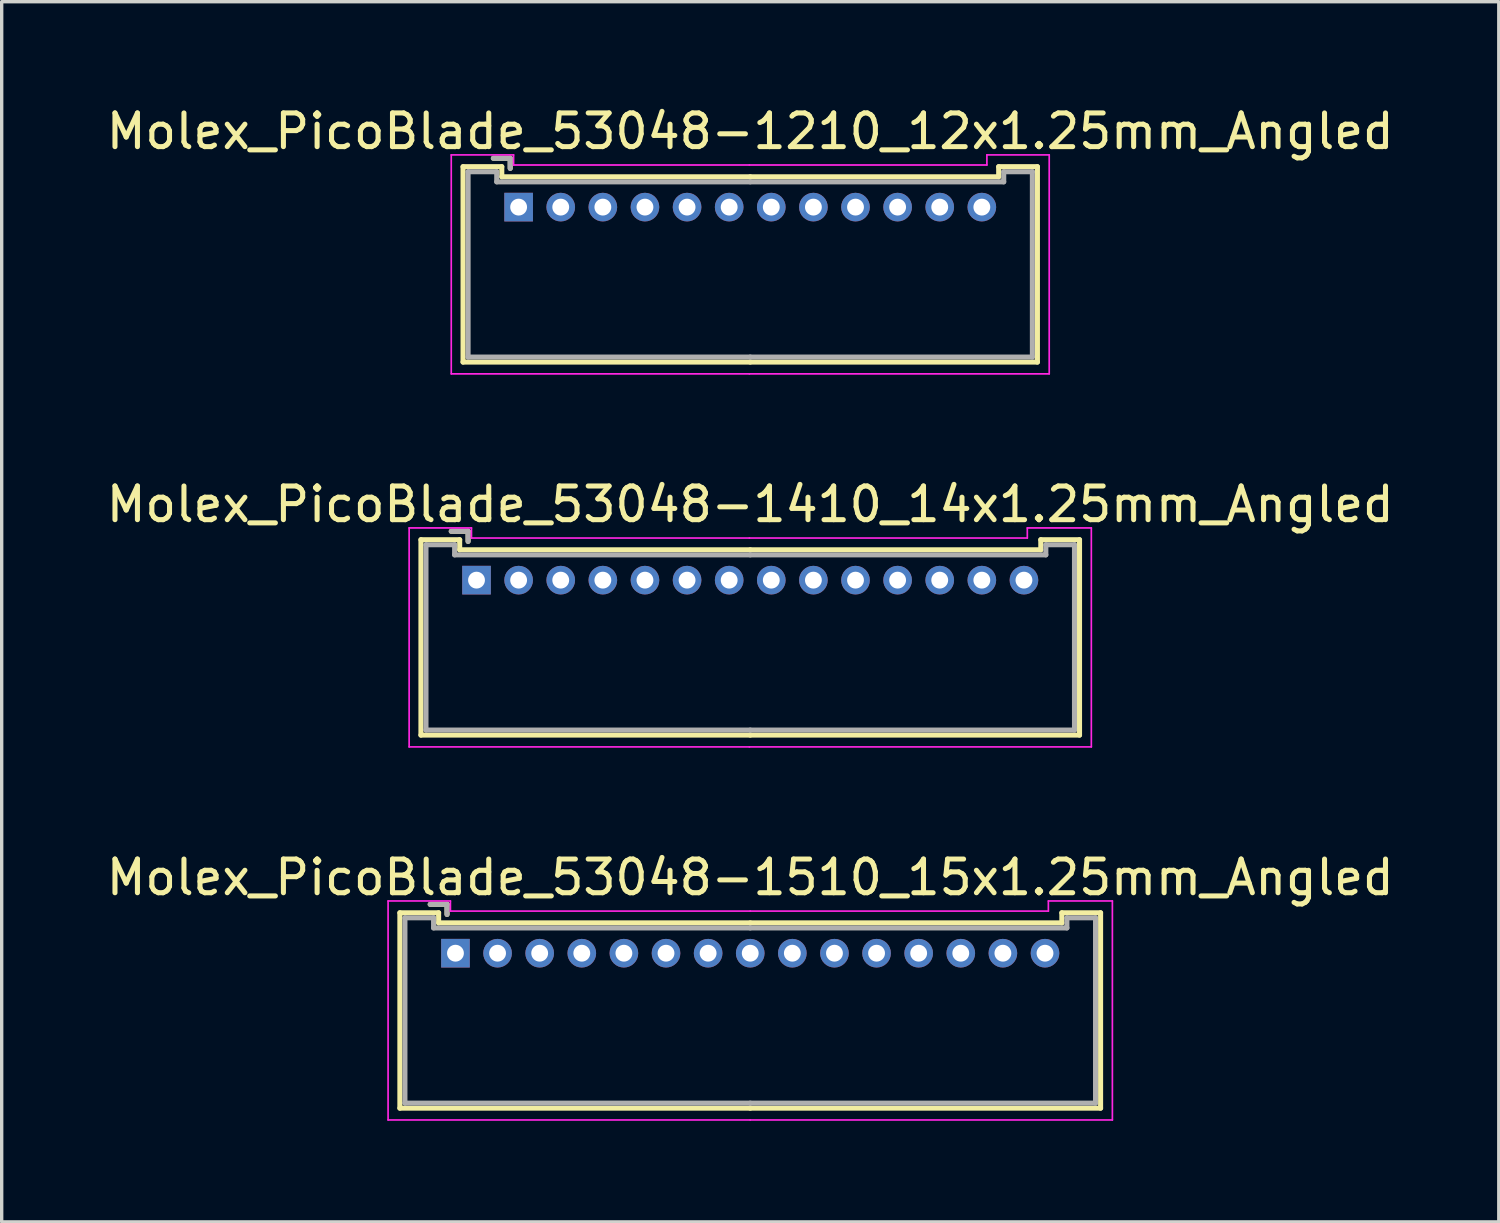
<source format=kicad_pcb>
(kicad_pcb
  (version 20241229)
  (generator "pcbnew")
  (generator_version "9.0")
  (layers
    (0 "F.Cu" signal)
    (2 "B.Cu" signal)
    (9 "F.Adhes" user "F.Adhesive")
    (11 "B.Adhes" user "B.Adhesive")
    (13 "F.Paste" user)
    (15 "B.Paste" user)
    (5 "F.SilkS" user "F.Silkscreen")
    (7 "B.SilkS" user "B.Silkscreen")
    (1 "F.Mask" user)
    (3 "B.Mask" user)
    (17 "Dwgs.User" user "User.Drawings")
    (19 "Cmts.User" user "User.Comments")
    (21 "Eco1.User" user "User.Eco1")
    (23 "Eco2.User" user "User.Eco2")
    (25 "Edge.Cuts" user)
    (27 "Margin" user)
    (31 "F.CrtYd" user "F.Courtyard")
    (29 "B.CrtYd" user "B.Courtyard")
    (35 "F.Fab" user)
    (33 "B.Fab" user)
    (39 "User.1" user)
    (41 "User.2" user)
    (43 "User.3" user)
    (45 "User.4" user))
  (footprint "Molex_PicoBlade_53048-1410_14x1.25mm_Angled"
    (layer "F.Cu")
    (at 11.095 14.171)
    (property "Reference" "Molex_PicoBlade_53048-1410_14x1.25mm_Angled" (at 8.125 -2.25 0) (layer "F.SilkS") (effects (font (size 1 1) (thickness 0.15))))
    (attr through_hole)
    (fp_line (start -1.65 -1.2) (end -1.65 4.6) (stroke (width 0.15) (type solid)) (layer "F.SilkS"))
    (fp_line (start -1.65 4.6) (end 8.125 4.6) (stroke (width 0.15) (type solid)) (layer "F.SilkS"))
    (fp_line (start -0.5 -1.2) (end -1.65 -1.2) (stroke (width 0.15) (type solid)) (layer "F.SilkS"))
    (fp_line (start -0.5 -0.9) (end -0.5 -1.2) (stroke (width 0.15) (type solid)) (layer "F.SilkS"))
    (fp_line (start -0.25 -1.45) (end -0.75 -1.45) (stroke (width 0.15) (type solid)) (layer "F.SilkS"))
    (fp_line (start -0.25 -1.15) (end -0.25 -1.45) (stroke (width 0.15) (type solid)) (layer "F.SilkS"))
    (fp_line (start 8.125 -0.9) (end -0.5 -0.9) (stroke (width 0.15) (type solid)) (layer "F.SilkS"))
    (fp_line (start 8.125 -0.9) (end 16.75 -0.9) (stroke (width 0.15) (type solid)) (layer "F.SilkS"))
    (fp_line (start 16.75 -1.2) (end 17.9 -1.2) (stroke (width 0.15) (type solid)) (layer "F.SilkS"))
    (fp_line (start 16.75 -0.9) (end 16.75 -1.2) (stroke (width 0.15) (type solid)) (layer "F.SilkS"))
    (fp_line (start 17.9 -1.2) (end 17.9 4.6) (stroke (width 0.15) (type solid)) (layer "F.SilkS"))
    (fp_line (start 17.9 4.6) (end 8.125 4.6) (stroke (width 0.15) (type solid)) (layer "F.SilkS"))
    (fp_line (start -2 -1.55) (end -2 4.95) (stroke (width 0.05) (type solid)) (layer "F.CrtYd"))
    (fp_line (start -2 4.95) (end 8.1 4.95) (stroke (width 0.05) (type solid)) (layer "F.CrtYd"))
    (fp_line (start -0.15 -1.55) (end -2 -1.55) (stroke (width 0.05) (type solid)) (layer "F.CrtYd"))
    (fp_line (start -0.15 -1.25) (end -0.15 -1.55) (stroke (width 0.05) (type solid)) (layer "F.CrtYd"))
    (fp_line (start 8.1 -1.25) (end -0.15 -1.25) (stroke (width 0.05) (type solid)) (layer "F.CrtYd"))
    (fp_line (start 8.1 -1.25) (end 16.35 -1.25) (stroke (width 0.05) (type solid)) (layer "F.CrtYd"))
    (fp_line (start 16.35 -1.55) (end 18.25 -1.55) (stroke (width 0.05) (type solid)) (layer "F.CrtYd"))
    (fp_line (start 16.35 -1.25) (end 16.35 -1.55) (stroke (width 0.05) (type solid)) (layer "F.CrtYd"))
    (fp_line (start 18.25 -1.55) (end 18.25 4.95) (stroke (width 0.05) (type solid)) (layer "F.CrtYd"))
    (fp_line (start 18.25 4.95) (end 8.1 4.95) (stroke (width 0.05) (type solid)) (layer "F.CrtYd"))
    (fp_line (start -1.5 -1.05) (end -1.5 4.45) (stroke (width 0.15) (type solid)) (layer "F.Fab"))
    (fp_line (start -1.5 4.45) (end 8.125 4.45) (stroke (width 0.15) (type solid)) (layer "F.Fab"))
    (fp_line (start -0.65 -1.05) (end -1.5 -1.05) (stroke (width 0.15) (type solid)) (layer "F.Fab"))
    (fp_line (start -0.65 -0.75) (end -0.65 -1.05) (stroke (width 0.15) (type solid)) (layer "F.Fab"))
    (fp_line (start -0.25 -1.45) (end -0.75 -1.45) (stroke (width 0.15) (type solid)) (layer "F.Fab"))
    (fp_line (start -0.25 -1.15) (end -0.25 -1.45) (stroke (width 0.15) (type solid)) (layer "F.Fab"))
    (fp_line (start 8.125 -0.75) (end -0.65 -0.75) (stroke (width 0.15) (type solid)) (layer "F.Fab"))
    (fp_line (start 8.125 -0.75) (end 16.9 -0.75) (stroke (width 0.15) (type solid)) (layer "F.Fab"))
    (fp_line (start 16.9 -1.05) (end 17.75 -1.05) (stroke (width 0.15) (type solid)) (layer "F.Fab"))
    (fp_line (start 16.9 -0.75) (end 16.9 -1.05) (stroke (width 0.15) (type solid)) (layer "F.Fab"))
    (fp_line (start 17.75 -1.05) (end 17.75 4.45) (stroke (width 0.15) (type solid)) (layer "F.Fab"))
    (fp_line (start 17.75 4.45) (end 8.125 4.45) (stroke (width 0.15) (type solid)) (layer "F.Fab"))
    (pad "1" thru_hole rect (at 0 0) (size 0.85 0.85) (drill 0.5) (layers "*.Cu" "*.Mask"))
    (pad "2" thru_hole circle (at 1.25 0) (size 0.85 0.85) (drill 0.5) (layers "*.Cu" "*.Mask"))
    (pad "3" thru_hole circle (at 2.5 0) (size 0.85 0.85) (drill 0.5) (layers "*.Cu" "*.Mask"))
    (pad "4" thru_hole circle (at 3.75 0) (size 0.85 0.85) (drill 0.5) (layers "*.Cu" "*.Mask"))
    (pad "5" thru_hole circle (at 5 0) (size 0.85 0.85) (drill 0.5) (layers "*.Cu" "*.Mask"))
    (pad "6" thru_hole circle (at 6.25 0) (size 0.85 0.85) (drill 0.5) (layers "*.Cu" "*.Mask"))
    (pad "7" thru_hole circle (at 7.5 0) (size 0.85 0.85) (drill 0.5) (layers "*.Cu" "*.Mask"))
    (pad "8" thru_hole circle (at 8.75 0) (size 0.85 0.85) (drill 0.5) (layers "*.Cu" "*.Mask"))
    (pad "9" thru_hole circle (at 10 0) (size 0.85 0.85) (drill 0.5) (layers "*.Cu" "*.Mask"))
    (pad "10" thru_hole circle (at 11.25 0) (size 0.85 0.85) (drill 0.5) (layers "*.Cu" "*.Mask"))
    (pad "11" thru_hole circle (at 12.5 0) (size 0.85 0.85) (drill 0.5) (layers "*.Cu" "*.Mask"))
    (pad "12" thru_hole circle (at 13.75 0) (size 0.85 0.85) (drill 0.5) (layers "*.Cu" "*.Mask"))
    (pad "13" thru_hole circle (at 15 0) (size 0.85 0.85) (drill 0.5) (layers "*.Cu" "*.Mask"))
    (pad "14" thru_hole circle (at 16.25 0) (size 0.85 0.85) (drill 0.5) (layers "*.Cu" "*.Mask")))
  (footprint "Molex_PicoBlade_53048-1210_12x1.25mm_Angled"
    (layer "F.Cu")
    (at 12.345 3.098)
    (property "Reference" "Molex_PicoBlade_53048-1210_12x1.25mm_Angled" (at 6.875 -2.25 0) (layer "F.SilkS") (effects (font (size 1 1) (thickness 0.15))))
    (attr through_hole)
    (fp_line (start -1.65 -1.2) (end -1.65 4.6) (stroke (width 0.15) (type solid)) (layer "F.SilkS"))
    (fp_line (start -1.65 4.6) (end 6.875 4.6) (stroke (width 0.15) (type solid)) (layer "F.SilkS"))
    (fp_line (start -0.5 -1.2) (end -1.65 -1.2) (stroke (width 0.15) (type solid)) (layer "F.SilkS"))
    (fp_line (start -0.5 -0.9) (end -0.5 -1.2) (stroke (width 0.15) (type solid)) (layer "F.SilkS"))
    (fp_line (start -0.25 -1.45) (end -0.75 -1.45) (stroke (width 0.15) (type solid)) (layer "F.SilkS"))
    (fp_line (start -0.25 -1.15) (end -0.25 -1.45) (stroke (width 0.15) (type solid)) (layer "F.SilkS"))
    (fp_line (start 6.875 -0.9) (end -0.5 -0.9) (stroke (width 0.15) (type solid)) (layer "F.SilkS"))
    (fp_line (start 6.875 -0.9) (end 14.25 -0.9) (stroke (width 0.15) (type solid)) (layer "F.SilkS"))
    (fp_line (start 14.25 -1.2) (end 15.4 -1.2) (stroke (width 0.15) (type solid)) (layer "F.SilkS"))
    (fp_line (start 14.25 -0.9) (end 14.25 -1.2) (stroke (width 0.15) (type solid)) (layer "F.SilkS"))
    (fp_line (start 15.4 -1.2) (end 15.4 4.6) (stroke (width 0.15) (type solid)) (layer "F.SilkS"))
    (fp_line (start 15.4 4.6) (end 6.875 4.6) (stroke (width 0.15) (type solid)) (layer "F.SilkS"))
    (fp_line (start -2 -1.55) (end -2 4.95) (stroke (width 0.05) (type solid)) (layer "F.CrtYd"))
    (fp_line (start -2 4.95) (end 6.85 4.95) (stroke (width 0.05) (type solid)) (layer "F.CrtYd"))
    (fp_line (start -0.15 -1.55) (end -2 -1.55) (stroke (width 0.05) (type solid)) (layer "F.CrtYd"))
    (fp_line (start -0.15 -1.25) (end -0.15 -1.55) (stroke (width 0.05) (type solid)) (layer "F.CrtYd"))
    (fp_line (start 6.85 -1.25) (end -0.15 -1.25) (stroke (width 0.05) (type solid)) (layer "F.CrtYd"))
    (fp_line (start 6.85 -1.25) (end 13.9 -1.25) (stroke (width 0.05) (type solid)) (layer "F.CrtYd"))
    (fp_line (start 13.9 -1.55) (end 15.75 -1.55) (stroke (width 0.05) (type solid)) (layer "F.CrtYd"))
    (fp_line (start 13.9 -1.25) (end 13.9 -1.55) (stroke (width 0.05) (type solid)) (layer "F.CrtYd"))
    (fp_line (start 15.75 -1.55) (end 15.75 4.95) (stroke (width 0.05) (type solid)) (layer "F.CrtYd"))
    (fp_line (start 15.75 4.95) (end 6.85 4.95) (stroke (width 0.05) (type solid)) (layer "F.CrtYd"))
    (fp_line (start -1.5 -1.05) (end -1.5 4.45) (stroke (width 0.15) (type solid)) (layer "F.Fab"))
    (fp_line (start -1.5 4.45) (end 6.875 4.45) (stroke (width 0.15) (type solid)) (layer "F.Fab"))
    (fp_line (start -0.65 -1.05) (end -1.5 -1.05) (stroke (width 0.15) (type solid)) (layer "F.Fab"))
    (fp_line (start -0.65 -0.75) (end -0.65 -1.05) (stroke (width 0.15) (type solid)) (layer "F.Fab"))
    (fp_line (start -0.25 -1.45) (end -0.75 -1.45) (stroke (width 0.15) (type solid)) (layer "F.Fab"))
    (fp_line (start -0.25 -1.15) (end -0.25 -1.45) (stroke (width 0.15) (type solid)) (layer "F.Fab"))
    (fp_line (start 6.875 -0.75) (end -0.65 -0.75) (stroke (width 0.15) (type solid)) (layer "F.Fab"))
    (fp_line (start 6.875 -0.75) (end 14.4 -0.75) (stroke (width 0.15) (type solid)) (layer "F.Fab"))
    (fp_line (start 14.4 -1.05) (end 15.25 -1.05) (stroke (width 0.15) (type solid)) (layer "F.Fab"))
    (fp_line (start 14.4 -0.75) (end 14.4 -1.05) (stroke (width 0.15) (type solid)) (layer "F.Fab"))
    (fp_line (start 15.25 -1.05) (end 15.25 4.45) (stroke (width 0.15) (type solid)) (layer "F.Fab"))
    (fp_line (start 15.25 4.45) (end 6.875 4.45) (stroke (width 0.15) (type solid)) (layer "F.Fab"))
    (pad "1" thru_hole rect (at 0 0) (size 0.85 0.85) (drill 0.5) (layers "*.Cu" "*.Mask"))
    (pad "2" thru_hole circle (at 1.25 0) (size 0.85 0.85) (drill 0.5) (layers "*.Cu" "*.Mask"))
    (pad "3" thru_hole circle (at 2.5 0) (size 0.85 0.85) (drill 0.5) (layers "*.Cu" "*.Mask"))
    (pad "4" thru_hole circle (at 3.75 0) (size 0.85 0.85) (drill 0.5) (layers "*.Cu" "*.Mask"))
    (pad "5" thru_hole circle (at 5 0) (size 0.85 0.85) (drill 0.5) (layers "*.Cu" "*.Mask"))
    (pad "6" thru_hole circle (at 6.25 0) (size 0.85 0.85) (drill 0.5) (layers "*.Cu" "*.Mask"))
    (pad "7" thru_hole circle (at 7.5 0) (size 0.85 0.85) (drill 0.5) (layers "*.Cu" "*.Mask"))
    (pad "8" thru_hole circle (at 8.75 0) (size 0.85 0.85) (drill 0.5) (layers "*.Cu" "*.Mask"))
    (pad "9" thru_hole circle (at 10 0) (size 0.85 0.85) (drill 0.5) (layers "*.Cu" "*.Mask"))
    (pad "10" thru_hole circle (at 11.25 0) (size 0.85 0.85) (drill 0.5) (layers "*.Cu" "*.Mask"))
    (pad "11" thru_hole circle (at 12.5 0) (size 0.85 0.85) (drill 0.5) (layers "*.Cu" "*.Mask"))
    (pad "12" thru_hole circle (at 13.75 0) (size 0.85 0.85) (drill 0.5) (layers "*.Cu" "*.Mask")))
  (footprint "Molex_PicoBlade_53048-1510_15x1.25mm_Angled"
    (layer "F.Cu")
    (at 10.47 25.245)
    (property "Reference" "Molex_PicoBlade_53048-1510_15x1.25mm_Angled" (at 8.75 -2.25 0) (layer "F.SilkS") (effects (font (size 1 1) (thickness 0.15))))
    (attr through_hole)
    (fp_line (start -1.65 -1.2) (end -1.65 4.6) (stroke (width 0.15) (type solid)) (layer "F.SilkS"))
    (fp_line (start -1.65 4.6) (end 8.75 4.6) (stroke (width 0.15) (type solid)) (layer "F.SilkS"))
    (fp_line (start -0.5 -1.2) (end -1.65 -1.2) (stroke (width 0.15) (type solid)) (layer "F.SilkS"))
    (fp_line (start -0.5 -0.9) (end -0.5 -1.2) (stroke (width 0.15) (type solid)) (layer "F.SilkS"))
    (fp_line (start -0.25 -1.45) (end -0.75 -1.45) (stroke (width 0.15) (type solid)) (layer "F.SilkS"))
    (fp_line (start -0.25 -1.15) (end -0.25 -1.45) (stroke (width 0.15) (type solid)) (layer "F.SilkS"))
    (fp_line (start 8.75 -0.9) (end -0.5 -0.9) (stroke (width 0.15) (type solid)) (layer "F.SilkS"))
    (fp_line (start 8.75 -0.9) (end 18 -0.9) (stroke (width 0.15) (type solid)) (layer "F.SilkS"))
    (fp_line (start 18 -1.2) (end 19.15 -1.2) (stroke (width 0.15) (type solid)) (layer "F.SilkS"))
    (fp_line (start 18 -0.9) (end 18 -1.2) (stroke (width 0.15) (type solid)) (layer "F.SilkS"))
    (fp_line (start 19.15 -1.2) (end 19.15 4.6) (stroke (width 0.15) (type solid)) (layer "F.SilkS"))
    (fp_line (start 19.15 4.6) (end 8.75 4.6) (stroke (width 0.15) (type solid)) (layer "F.SilkS"))
    (fp_line (start -2 -1.55) (end -2 4.95) (stroke (width 0.05) (type solid)) (layer "F.CrtYd"))
    (fp_line (start -2 4.95) (end 8.75 4.95) (stroke (width 0.05) (type solid)) (layer "F.CrtYd"))
    (fp_line (start -0.15 -1.55) (end -2 -1.55) (stroke (width 0.05) (type solid)) (layer "F.CrtYd"))
    (fp_line (start -0.15 -1.25) (end -0.15 -1.55) (stroke (width 0.05) (type solid)) (layer "F.CrtYd"))
    (fp_line (start 8.75 -1.25) (end -0.15 -1.25) (stroke (width 0.05) (type solid)) (layer "F.CrtYd"))
    (fp_line (start 8.75 -1.25) (end 17.6 -1.25) (stroke (width 0.05) (type solid)) (layer "F.CrtYd"))
    (fp_line (start 17.6 -1.55) (end 19.5 -1.55) (stroke (width 0.05) (type solid)) (layer "F.CrtYd"))
    (fp_line (start 17.6 -1.25) (end 17.6 -1.55) (stroke (width 0.05) (type solid)) (layer "F.CrtYd"))
    (fp_line (start 19.5 -1.55) (end 19.5 4.95) (stroke (width 0.05) (type solid)) (layer "F.CrtYd"))
    (fp_line (start 19.5 4.95) (end 8.75 4.95) (stroke (width 0.05) (type solid)) (layer "F.CrtYd"))
    (fp_line (start -1.5 -1.05) (end -1.5 4.45) (stroke (width 0.15) (type solid)) (layer "F.Fab"))
    (fp_line (start -1.5 4.45) (end 8.75 4.45) (stroke (width 0.15) (type solid)) (layer "F.Fab"))
    (fp_line (start -0.65 -1.05) (end -1.5 -1.05) (stroke (width 0.15) (type solid)) (layer "F.Fab"))
    (fp_line (start -0.65 -0.75) (end -0.65 -1.05) (stroke (width 0.15) (type solid)) (layer "F.Fab"))
    (fp_line (start -0.25 -1.45) (end -0.75 -1.45) (stroke (width 0.15) (type solid)) (layer "F.Fab"))
    (fp_line (start -0.25 -1.15) (end -0.25 -1.45) (stroke (width 0.15) (type solid)) (layer "F.Fab"))
    (fp_line (start 8.75 -0.75) (end -0.65 -0.75) (stroke (width 0.15) (type solid)) (layer "F.Fab"))
    (fp_line (start 8.75 -0.75) (end 18.15 -0.75) (stroke (width 0.15) (type solid)) (layer "F.Fab"))
    (fp_line (start 18.15 -1.05) (end 19 -1.05) (stroke (width 0.15) (type solid)) (layer "F.Fab"))
    (fp_line (start 18.15 -0.75) (end 18.15 -1.05) (stroke (width 0.15) (type solid)) (layer "F.Fab"))
    (fp_line (start 19 -1.05) (end 19 4.45) (stroke (width 0.15) (type solid)) (layer "F.Fab"))
    (fp_line (start 19 4.45) (end 8.75 4.45) (stroke (width 0.15) (type solid)) (layer "F.Fab"))
    (pad "1" thru_hole rect (at 0 0) (size 0.85 0.85) (drill 0.5) (layers "*.Cu" "*.Mask"))
    (pad "2" thru_hole circle (at 1.25 0) (size 0.85 0.85) (drill 0.5) (layers "*.Cu" "*.Mask"))
    (pad "3" thru_hole circle (at 2.5 0) (size 0.85 0.85) (drill 0.5) (layers "*.Cu" "*.Mask"))
    (pad "4" thru_hole circle (at 3.75 0) (size 0.85 0.85) (drill 0.5) (layers "*.Cu" "*.Mask"))
    (pad "5" thru_hole circle (at 5 0) (size 0.85 0.85) (drill 0.5) (layers "*.Cu" "*.Mask"))
    (pad "6" thru_hole circle (at 6.25 0) (size 0.85 0.85) (drill 0.5) (layers "*.Cu" "*.Mask"))
    (pad "7" thru_hole circle (at 7.5 0) (size 0.85 0.85) (drill 0.5) (layers "*.Cu" "*.Mask"))
    (pad "8" thru_hole circle (at 8.75 0) (size 0.85 0.85) (drill 0.5) (layers "*.Cu" "*.Mask"))
    (pad "9" thru_hole circle (at 10 0) (size 0.85 0.85) (drill 0.5) (layers "*.Cu" "*.Mask"))
    (pad "10" thru_hole circle (at 11.25 0) (size 0.85 0.85) (drill 0.5) (layers "*.Cu" "*.Mask"))
    (pad "11" thru_hole circle (at 12.5 0) (size 0.85 0.85) (drill 0.5) (layers "*.Cu" "*.Mask"))
    (pad "12" thru_hole circle (at 13.75 0) (size 0.85 0.85) (drill 0.5) (layers "*.Cu" "*.Mask"))
    (pad "13" thru_hole circle (at 15 0) (size 0.85 0.85) (drill 0.5) (layers "*.Cu" "*.Mask"))
    (pad "14" thru_hole circle (at 16.25 0) (size 0.85 0.85) (drill 0.5) (layers "*.Cu" "*.Mask"))
    (pad "15" thru_hole circle (at 17.5 0) (size 0.85 0.85) (drill 0.5) (layers "*.Cu" "*.Mask")))
  (gr_rect
    (start -3 -3)
    (end 41.44 33.22)
    (stroke (width 0.1) (type default))
    (fill no)
    (layer "Edge.Cuts")))
</source>
